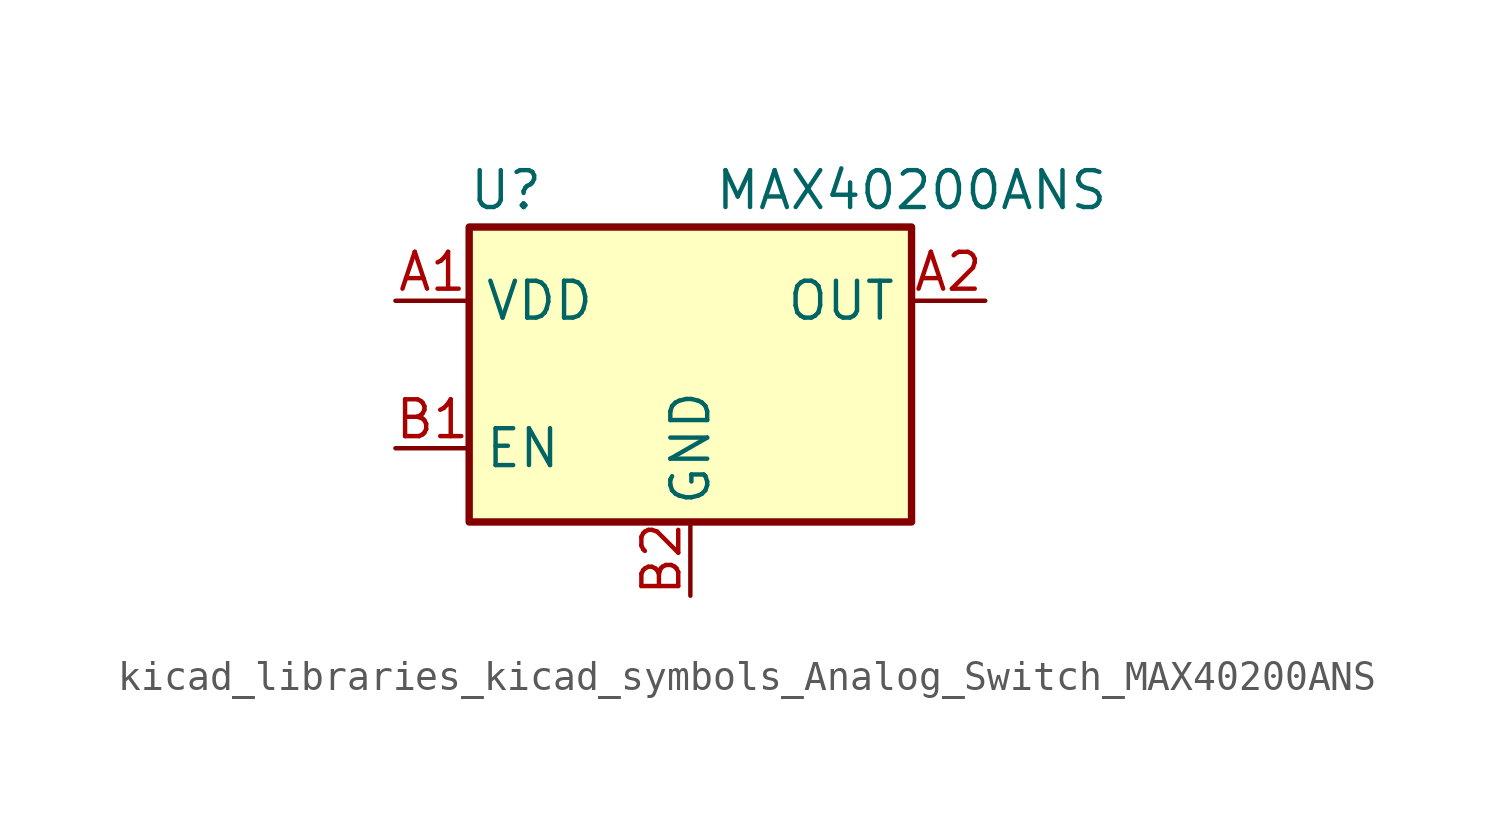
<source format=kicad_sym>
(kicad_symbol_lib
  (version 20220914)
  (generator kicad_symbol_editor)
  (symbol "kicad_libraries_kicad_symbols_Analog_Switch_MAX40200ANS"
    (property "Reference" "U"
      (at -6.35 6.35 0)
      (effects (font (size 1.27 1.27))))
    (property "Value" "MAX40200ANS"
      (at 7.62 6.35 0)
      (effects (font (size 1.27 1.27))))
    (symbol "kicad_libraries_kicad_symbols_Analog_Switch_MAX40200ANS_0_1"
      (rectangle (start -7.62 -5.08) (end 7.62 5.08) (stroke (width 0.254) (type default)) (fill (type background))))
    (symbol "kicad_libraries_kicad_symbols_Analog_Switch_MAX40200ANS_1_1"
      (pin power_in line (at -10.16 2.54 0) (length 2.54) (name "VDD" (effects (font (size 1.27 1.27)))) (number "A1" (effects (font (size 1.27 1.27)))))
      (pin passive line (at 10.16 2.54 180) (length 2.54) (name "OUT" (effects (font (size 1.27 1.27)))) (number "A2" (effects (font (size 1.27 1.27)))))
      (pin input line (at -10.16 -2.54 0) (length 2.54) (name "EN" (effects (font (size 1.27 1.27)))) (number "B1" (effects (font (size 1.27 1.27)))))
      (pin power_in line (at 0 -7.62 90) (length 2.54) (name "GND" (effects (font (size 1.27 1.27)))) (number "B2" (effects (font (size 1.27 1.27))))))))
</source>
